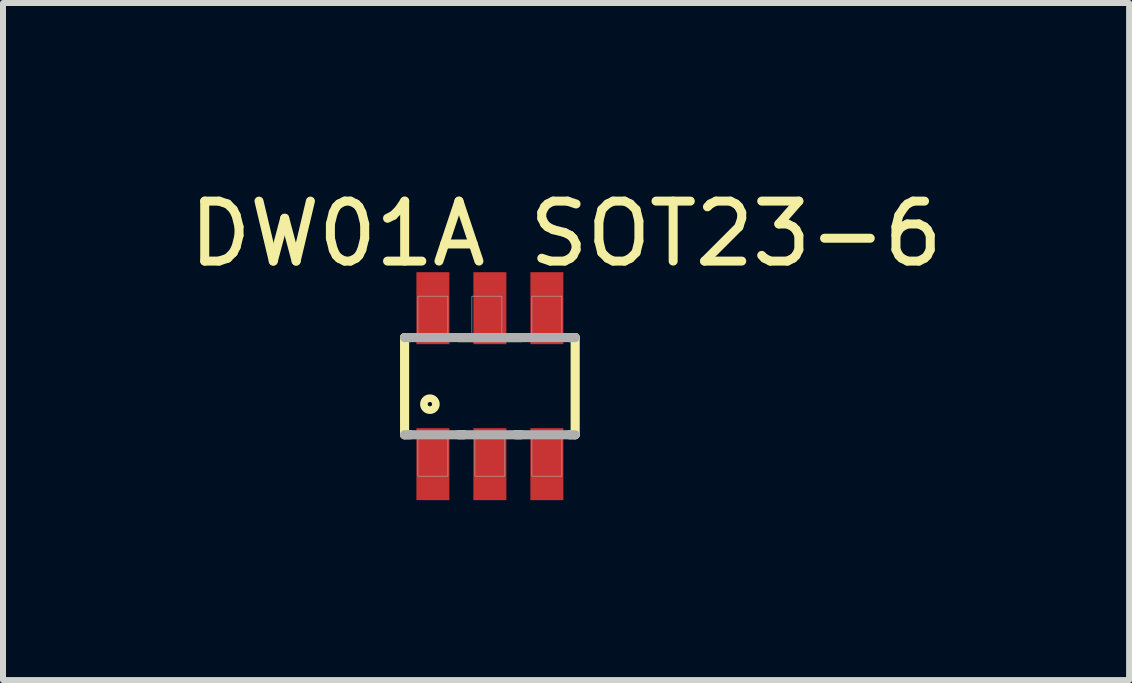
<source format=kicad_pcb>
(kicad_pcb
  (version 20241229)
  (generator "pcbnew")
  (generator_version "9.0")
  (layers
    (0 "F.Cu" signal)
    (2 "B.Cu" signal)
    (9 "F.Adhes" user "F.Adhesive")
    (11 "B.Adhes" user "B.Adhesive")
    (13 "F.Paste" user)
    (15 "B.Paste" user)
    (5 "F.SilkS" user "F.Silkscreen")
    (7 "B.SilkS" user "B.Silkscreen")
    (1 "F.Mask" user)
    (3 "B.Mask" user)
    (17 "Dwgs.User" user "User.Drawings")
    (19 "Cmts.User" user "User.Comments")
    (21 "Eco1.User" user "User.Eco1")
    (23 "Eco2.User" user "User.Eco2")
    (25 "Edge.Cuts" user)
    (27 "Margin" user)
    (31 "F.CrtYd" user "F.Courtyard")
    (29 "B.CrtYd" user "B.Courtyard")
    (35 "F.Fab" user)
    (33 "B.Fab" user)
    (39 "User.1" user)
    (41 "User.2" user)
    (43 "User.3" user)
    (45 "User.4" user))
  (footprint "DW01A SOT23-6"
    (layer "F.Cu")
    (at 5.117 3.388)
    (property "Reference" "DW01A SOT23-6" (at 1.27 -2.54 0) (layer "F.SilkS") (effects (font (size 1 1) (thickness 0.15))))
    (attr through_hole)
    (fp_line (start -1.422 -0.81) (end -1.328 -0.81) (stroke (width 0.152) (type solid)) (layer "F.SilkS"))
    (fp_line (start -1.422 0.81) (end -1.422 -0.81) (stroke (width 0.152) (type solid)) (layer "F.SilkS"))
    (fp_line (start -1.328 0.81) (end -1.422 0.81) (stroke (width 0.152) (type solid)) (layer "F.SilkS"))
    (fp_line (start -0.522 -0.81) (end 0.522 -0.81) (stroke (width 0.152) (type solid)) (layer "F.SilkS"))
    (fp_line (start -0.428 0.81) (end -0.522 0.81) (stroke (width 0.152) (type solid)) (layer "F.SilkS"))
    (fp_line (start 0.522 0.81) (end 0.428 0.81) (stroke (width 0.152) (type solid)) (layer "F.SilkS"))
    (fp_line (start 1.328 -0.81) (end 1.422 -0.81) (stroke (width 0.152) (type solid)) (layer "F.SilkS"))
    (fp_line (start 1.422 -0.81) (end 1.422 0.81) (stroke (width 0.152) (type solid)) (layer "F.SilkS"))
    (fp_line (start 1.422 0.81) (end 1.328 0.81) (stroke (width 0.152) (type solid)) (layer "F.SilkS"))
    (fp_circle (center -1 0.3) (end -0.9 0.3) (stroke (width 0.127) (type solid)) (fill no) (layer "F.SilkS"))
    (fp_line (start -1.422 -0.81) (end 1.422 -0.81) (stroke (width 0.152) (type solid)) (layer "F.Fab"))
    (fp_line (start 1.422 0.81) (end -1.422 0.81) (stroke (width 0.152) (type solid)) (layer "F.Fab"))
    (fp_poly (pts (xy -1.2 -1.5) (xy -0.7 -1.5) (xy -0.7 -0.85) (xy -1.2 -0.85)) (stroke (width 0.01) (type solid)) (fill no) (layer "F.Fab"))
    (fp_poly (pts (xy -1.2 0.85) (xy -0.7 0.85) (xy -0.7 1.5) (xy -1.2 1.5)) (stroke (width 0.01) (type solid)) (fill no) (layer "F.Fab"))
    (fp_poly (pts (xy -0.3 -1.5) (xy 0.2 -1.5) (xy 0.2 -0.85) (xy -0.3 -0.85)) (stroke (width 0.01) (type solid)) (fill no) (layer "F.Fab"))
    (fp_poly (pts (xy -0.25 0.85) (xy 0.25 0.85) (xy 0.25 1.5) (xy -0.25 1.5)) (stroke (width 0.01) (type solid)) (fill no) (layer "F.Fab"))
    (fp_poly (pts (xy 0.7 -1.5) (xy 1.2 -1.5) (xy 1.2 -0.85) (xy 0.7 -0.85)) (stroke (width 0.01) (type solid)) (fill no) (layer "F.Fab"))
    (fp_poly (pts (xy 0.7 0.85) (xy 1.2 0.85) (xy 1.2 1.5) (xy 0.7 1.5)) (stroke (width 0.01) (type solid)) (fill no) (layer "F.Fab"))
    (pad "1" smd rect (at -0.95 1.3) (size 0.55 1.2) (layers "F.Cu" "F.Mask" "F.Paste"))
    (pad "2" smd rect (at 0 1.3) (size 0.55 1.2) (layers "F.Cu" "F.Mask" "F.Paste"))
    (pad "3" smd rect (at 0.95 1.3) (size 0.55 1.2) (layers "F.Cu" "F.Mask" "F.Paste"))
    (pad "4" smd rect (at 0.95 -1.3) (size 0.55 1.2) (layers "F.Cu" "F.Mask" "F.Paste"))
    (pad "5" smd rect (at 0 -1.3) (size 0.55 1.2) (layers "F.Cu" "F.Mask" "F.Paste"))
    (pad "6" smd rect (at -0.95 -1.3) (size 0.55 1.2) (layers "F.Cu" "F.Mask" "F.Paste")))
  (gr_rect
    (start -3 -3)
    (end 15.774 8.288)
    (stroke (width 0.1) (type default))
    (fill no)
    (layer "Edge.Cuts")))
</source>
